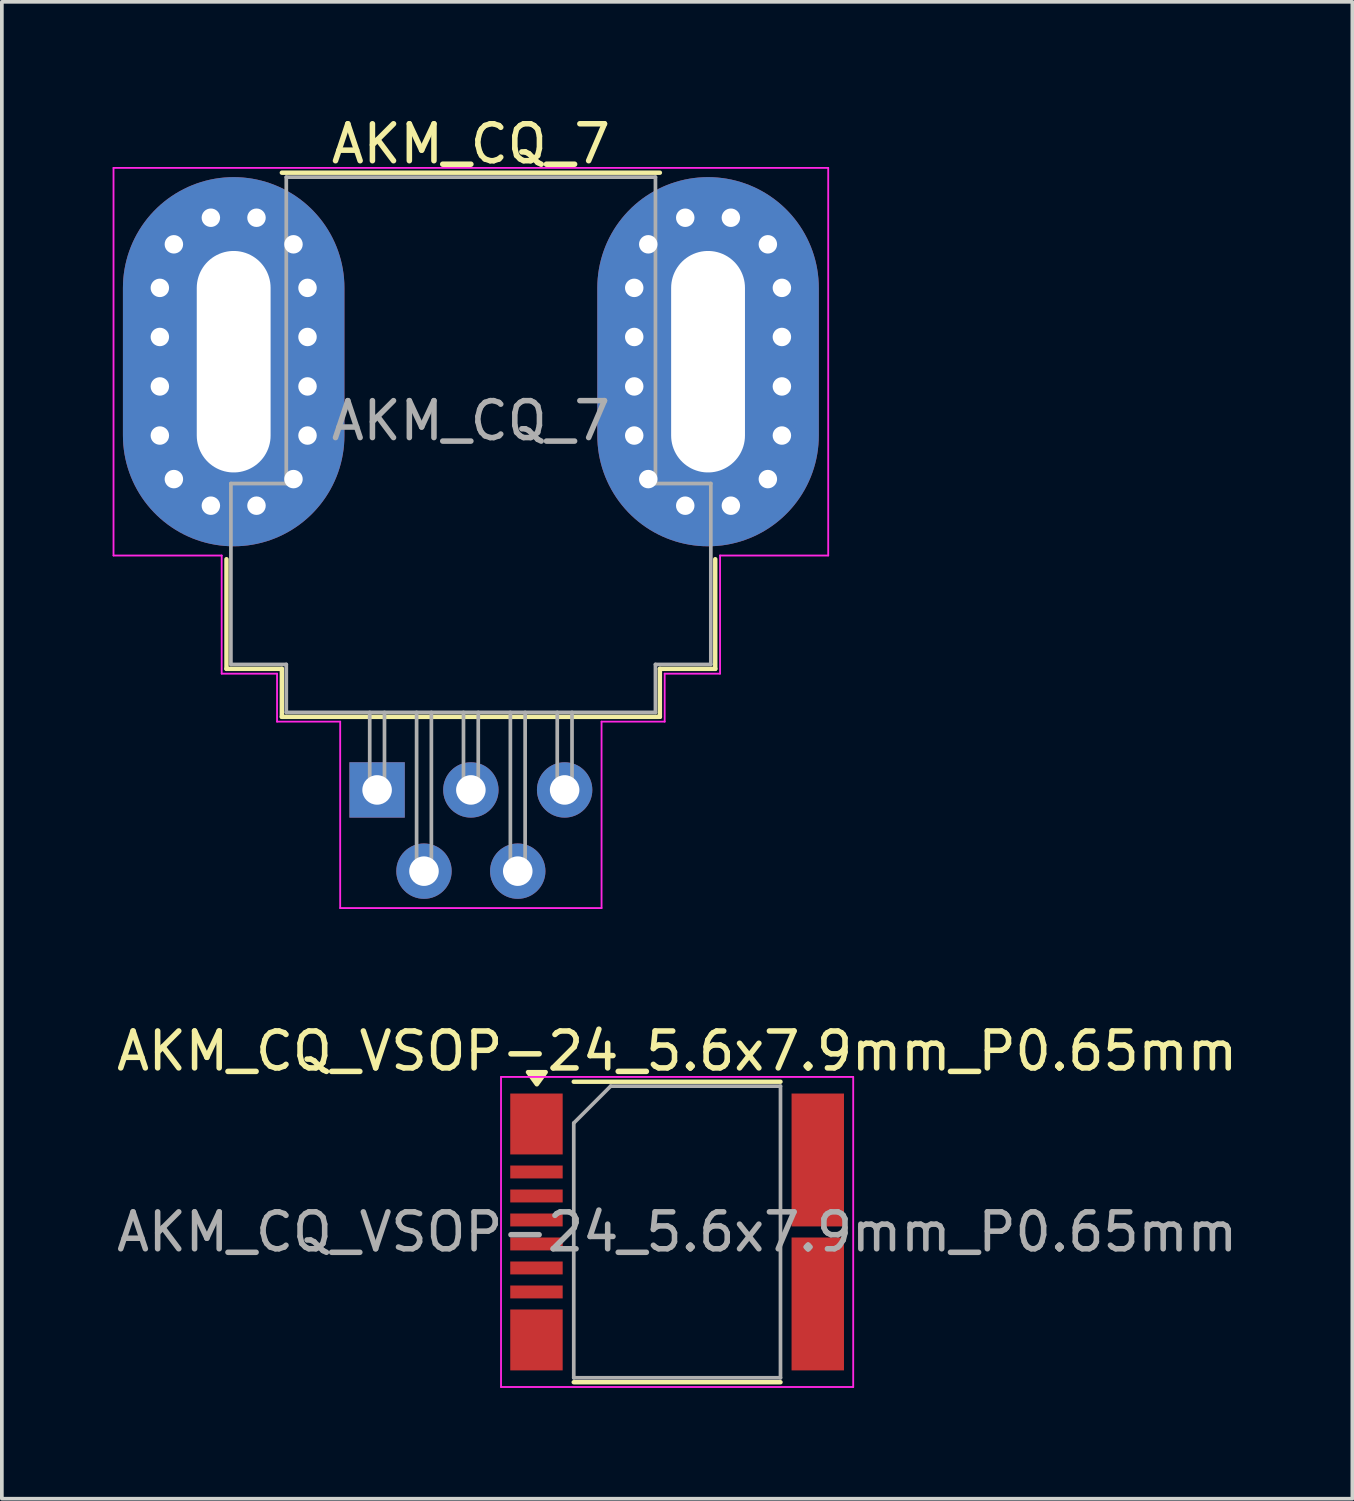
<source format=kicad_pcb>
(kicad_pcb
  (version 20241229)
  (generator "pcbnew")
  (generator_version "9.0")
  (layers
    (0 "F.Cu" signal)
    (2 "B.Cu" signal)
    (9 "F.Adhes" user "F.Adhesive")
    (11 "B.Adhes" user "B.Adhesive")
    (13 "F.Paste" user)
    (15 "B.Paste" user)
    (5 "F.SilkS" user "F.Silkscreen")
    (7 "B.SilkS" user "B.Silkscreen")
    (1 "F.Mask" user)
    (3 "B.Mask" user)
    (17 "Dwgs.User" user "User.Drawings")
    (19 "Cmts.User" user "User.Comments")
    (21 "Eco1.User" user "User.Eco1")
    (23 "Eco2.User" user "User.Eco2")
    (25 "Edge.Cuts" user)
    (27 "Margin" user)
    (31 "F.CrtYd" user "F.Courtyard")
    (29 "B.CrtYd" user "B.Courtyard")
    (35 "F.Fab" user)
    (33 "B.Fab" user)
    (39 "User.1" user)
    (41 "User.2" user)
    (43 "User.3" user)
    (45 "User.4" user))
  (footprint "AKM_CQ_VSOP-24_5.6x7.9mm_P0.65mm"
    (layer "F.Cu")
    (at 15.292 30.322)
    (property "Reference" "AKM_CQ_VSOP-24_5.6x7.9mm_P0.65mm" (at 0 -4.9 0) (layer "F.SilkS") (effects (font (size 1 1) (thickness 0.15))))
    (attr smd)
    (fp_line (start 2.8 -4.07) (end -2.8 -4.07) (stroke (width 0.12) (type solid)) (layer "F.SilkS"))
    (fp_line (start 2.8 4.07) (end -2.8 4.07) (stroke (width 0.12) (type solid)) (layer "F.SilkS"))
    (fp_poly (pts (xy -3.8 -4) (xy -4.04 -4.33) (xy -3.56 -4.33) (xy -3.8 -4)) (stroke (width 0.12) (type solid)) (fill yes) (layer "F.SilkS"))
    (fp_line (start -4.77 -4.2) (end 4.77 -4.2) (stroke (width 0.05) (type solid)) (layer "F.CrtYd"))
    (fp_line (start -4.77 4.2) (end -4.77 -4.2) (stroke (width 0.05) (type solid)) (layer "F.CrtYd"))
    (fp_line (start 4.77 -4.2) (end 4.77 4.2) (stroke (width 0.05) (type solid)) (layer "F.CrtYd"))
    (fp_line (start 4.77 4.2) (end -4.77 4.2) (stroke (width 0.05) (type solid)) (layer "F.CrtYd"))
    (fp_line (start -2.8 -2.95) (end -1.8 -3.95) (stroke (width 0.1) (type solid)) (layer "F.Fab"))
    (fp_line (start -2.8 3.95) (end -2.8 -2.95) (stroke (width 0.1) (type solid)) (layer "F.Fab"))
    (fp_line (start -1.8 -3.95) (end 2.8 -3.95) (stroke (width 0.1) (type solid)) (layer "F.Fab"))
    (fp_line (start 2.8 -3.95) (end 2.8 3.95) (stroke (width 0.1) (type solid)) (layer "F.Fab"))
    (fp_line (start 2.8 3.95) (end -2.8 3.95) (stroke (width 0.1) (type solid)) (layer "F.Fab"))
    (fp_text user "${REFERENCE}" (at 0 0 0) (layer "F.Fab") (effects (font (size 1 1) (thickness 0.15))))
    (pad "1" smd rect (at -3.81 -2.925) (size 1.42 1.65) (layers "F.Cu" "F.Mask" "F.Paste"))
    (pad "2" smd rect (at -3.81 -1.625) (size 1.42 0.35) (layers "F.Cu" "F.Mask" "F.Paste"))
    (pad "3" smd rect (at -3.81 -0.975) (size 1.42 0.35) (layers "F.Cu" "F.Mask" "F.Paste"))
    (pad "4" smd rect (at -3.81 -0.325) (size 1.42 0.35) (layers "F.Cu" "F.Mask" "F.Paste"))
    (pad "5" smd rect (at -3.81 0.325) (size 1.42 0.35) (layers "F.Cu" "F.Mask" "F.Paste"))
    (pad "6" smd rect (at -3.81 0.975) (size 1.42 0.35) (layers "F.Cu" "F.Mask" "F.Paste"))
    (pad "7" smd rect (at -3.81 1.625) (size 1.42 0.35) (layers "F.Cu" "F.Mask" "F.Paste"))
    (pad "8" smd rect (at -3.81 2.925) (size 1.42 1.65) (layers "F.Cu" "F.Mask" "F.Paste"))
    (pad "9" smd rect (at 3.81 1.95) (size 1.42 3.6) (layers "F.Cu" "F.Mask" "F.Paste"))
    (pad "10" smd rect (at 3.81 -1.95) (size 1.42 3.6) (layers "F.Cu" "F.Mask" "F.Paste")))
  (footprint "AKM_CQ_7"
    (layer "F.Cu")
    (at 7.165 18.348)
    (property "Reference" "AKM_CQ_7" (at 2.54 -17.5 0) (layer "F.SilkS") (effects (font (size 1 1) (thickness 0.15))))
    (attr through_hole)
    (fp_line (start -4.08 -6.25) (end -4.08 -3.28) (stroke (width 0.12) (type solid)) (layer "F.SilkS"))
    (fp_line (start -2.58 -3.28) (end -4.08 -3.28) (stroke (width 0.12) (type solid)) (layer "F.SilkS"))
    (fp_line (start -2.58 -3.28) (end -2.58 -1.98) (stroke (width 0.12) (type solid)) (layer "F.SilkS"))
    (fp_line (start -2.58 -1.98) (end 7.66 -1.98) (stroke (width 0.12) (type solid)) (layer "F.SilkS"))
    (fp_line (start 7.66 -16.72) (end -2.58 -16.72) (stroke (width 0.12) (type solid)) (layer "F.SilkS"))
    (fp_line (start 7.66 -3.28) (end 7.66 -1.98) (stroke (width 0.12) (type solid)) (layer "F.SilkS"))
    (fp_line (start 7.66 -3.28) (end 9.16 -3.28) (stroke (width 0.12) (type solid)) (layer "F.SilkS"))
    (fp_line (start 9.16 -6.25) (end 9.16 -3.28) (stroke (width 0.12) (type solid)) (layer "F.SilkS"))
    (fp_line (start -7.14 -16.85) (end -7.14 -6.35) (stroke (width 0.05) (type solid)) (layer "F.CrtYd"))
    (fp_line (start -4.21 -6.35) (end -7.14 -6.35) (stroke (width 0.05) (type solid)) (layer "F.CrtYd"))
    (fp_line (start -4.21 -3.15) (end -4.21 -6.35) (stroke (width 0.05) (type solid)) (layer "F.CrtYd"))
    (fp_line (start -2.71 -3.15) (end -4.21 -3.15) (stroke (width 0.05) (type solid)) (layer "F.CrtYd"))
    (fp_line (start -2.71 -1.85) (end -2.71 -3.15) (stroke (width 0.05) (type solid)) (layer "F.CrtYd"))
    (fp_line (start -1 -1.85) (end -2.71 -1.85) (stroke (width 0.05) (type solid)) (layer "F.CrtYd"))
    (fp_line (start -1 3.2) (end -1 -1.85) (stroke (width 0.05) (type solid)) (layer "F.CrtYd"))
    (fp_line (start -1 3.2) (end 6.08 3.2) (stroke (width 0.05) (type solid)) (layer "F.CrtYd"))
    (fp_line (start 6.08 -1.85) (end 7.79 -1.85) (stroke (width 0.05) (type solid)) (layer "F.CrtYd"))
    (fp_line (start 6.08 3.2) (end 6.08 -1.85) (stroke (width 0.05) (type solid)) (layer "F.CrtYd"))
    (fp_line (start 7.79 -3.15) (end 9.29 -3.15) (stroke (width 0.05) (type solid)) (layer "F.CrtYd"))
    (fp_line (start 7.79 -1.85) (end 7.79 -3.15) (stroke (width 0.05) (type solid)) (layer "F.CrtYd"))
    (fp_line (start 9.29 -6.35) (end 12.22 -6.35) (stroke (width 0.05) (type solid)) (layer "F.CrtYd"))
    (fp_line (start 9.29 -3.15) (end 9.29 -6.35) (stroke (width 0.05) (type solid)) (layer "F.CrtYd"))
    (fp_line (start 12.22 -16.85) (end -7.14 -16.85) (stroke (width 0.05) (type solid)) (layer "F.CrtYd"))
    (fp_line (start 12.22 -16.85) (end 12.22 -6.35) (stroke (width 0.05) (type solid)) (layer "F.CrtYd"))
    (fp_line (start -3.96 -8.3) (end -3.96 -3.4) (stroke (width 0.1) (type solid)) (layer "F.Fab"))
    (fp_line (start -2.46 -16.6) (end -2.46 -8.3) (stroke (width 0.1) (type solid)) (layer "F.Fab"))
    (fp_line (start -2.46 -8.3) (end -3.96 -8.3) (stroke (width 0.1) (type solid)) (layer "F.Fab"))
    (fp_line (start -2.46 -3.4) (end -3.96 -3.4) (stroke (width 0.1) (type solid)) (layer "F.Fab"))
    (fp_line (start -2.46 -3.4) (end -2.46 -2.1) (stroke (width 0.1) (type solid)) (layer "F.Fab"))
    (fp_line (start -2.46 -2.1) (end 7.54 -2.1) (stroke (width 0.1) (type solid)) (layer "F.Fab"))
    (fp_line (start -0.2 -2.1) (end -0.2 0) (stroke (width 0.1) (type solid)) (layer "F.Fab"))
    (fp_line (start -0.2 0) (end 0.2 0) (stroke (width 0.1) (type solid)) (layer "F.Fab"))
    (fp_line (start 0.2 0) (end 0.2 -2.1) (stroke (width 0.1) (type solid)) (layer "F.Fab"))
    (fp_line (start 1.07 -2.1) (end 1.07 2.2) (stroke (width 0.1) (type solid)) (layer "F.Fab"))
    (fp_line (start 1.07 2.2) (end 1.47 2.2) (stroke (width 0.1) (type solid)) (layer "F.Fab"))
    (fp_line (start 1.47 2.2) (end 1.47 -2.1) (stroke (width 0.1) (type solid)) (layer "F.Fab"))
    (fp_line (start 2.34 -2.1) (end 2.34 0) (stroke (width 0.1) (type solid)) (layer "F.Fab"))
    (fp_line (start 2.34 0) (end 2.74 0) (stroke (width 0.1) (type solid)) (layer "F.Fab"))
    (fp_line (start 2.74 0) (end 2.74 -2.1) (stroke (width 0.1) (type solid)) (layer "F.Fab"))
    (fp_line (start 3.61 -2.1) (end 3.61 2.2) (stroke (width 0.1) (type solid)) (layer "F.Fab"))
    (fp_line (start 3.61 2.2) (end 4.01 2.2) (stroke (width 0.1) (type solid)) (layer "F.Fab"))
    (fp_line (start 4.01 2.2) (end 4.01 -2.1) (stroke (width 0.1) (type solid)) (layer "F.Fab"))
    (fp_line (start 4.88 -2.1) (end 4.88 0) (stroke (width 0.1) (type solid)) (layer "F.Fab"))
    (fp_line (start 4.88 0) (end 5.28 0) (stroke (width 0.1) (type solid)) (layer "F.Fab"))
    (fp_line (start 5.28 0) (end 5.28 -2.1) (stroke (width 0.1) (type solid)) (layer "F.Fab"))
    (fp_line (start 7.54 -16.6) (end -2.46 -16.6) (stroke (width 0.1) (type solid)) (layer "F.Fab"))
    (fp_line (start 7.54 -16.6) (end 7.54 -8.3) (stroke (width 0.1) (type solid)) (layer "F.Fab"))
    (fp_line (start 7.54 -8.3) (end 9.04 -8.3) (stroke (width 0.1) (type solid)) (layer "F.Fab"))
    (fp_line (start 7.54 -3.4) (end 7.54 -2.1) (stroke (width 0.1) (type solid)) (layer "F.Fab"))
    (fp_line (start 7.54 -3.4) (end 9.04 -3.4) (stroke (width 0.1) (type solid)) (layer "F.Fab"))
    (fp_line (start 9.04 -8.3) (end 9.04 -3.4) (stroke (width 0.1) (type solid)) (layer "F.Fab"))
    (fp_text user "${REFERENCE}" (at 2.54 -10 0) (layer "F.Fab") (effects (font (size 1 1) (thickness 0.15))))
    (pad "1" thru_hole rect (at 0 0) (size 1.5 1.5) (drill 0.8) (layers "*.Cu" "*.Mask"))
    (pad "2" thru_hole circle (at 1.27 2.2) (size 1.5 1.5) (drill 0.8) (layers "*.Cu" "*.Mask"))
    (pad "3" thru_hole circle (at 2.54 0) (size 1.5 1.5) (drill 0.8) (layers "*.Cu" "*.Mask"))
    (pad "4" thru_hole circle (at 3.81 2.2) (size 1.5 1.5) (drill 0.8) (layers "*.Cu" "*.Mask"))
    (pad "5" thru_hole circle (at 5.08 0) (size 1.5 1.5) (drill 0.8) (layers "*.Cu" "*.Mask"))
    (pad "6" thru_hole circle (at 6.965 -13.6) (size 0.8 0.8) (drill 0.5) (layers "*.Cu" "*.Mask"))
    (pad "6" thru_hole circle (at 6.965 -12.27) (size 0.8 0.8) (drill 0.5) (layers "*.Cu" "*.Mask"))
    (pad "6" thru_hole circle (at 6.965 -10.93) (size 0.8 0.8) (drill 0.5) (layers "*.Cu" "*.Mask"))
    (pad "6" thru_hole circle (at 6.965 -9.6) (size 0.8 0.8) (drill 0.5) (layers "*.Cu" "*.Mask"))
    (pad "6" thru_hole circle (at 7.345 -14.78) (size 0.8 0.8) (drill 0.5) (layers "*.Cu" "*.Mask"))
    (pad "6" thru_hole circle (at 7.345 -8.42) (size 0.8 0.8) (drill 0.5) (layers "*.Cu" "*.Mask"))
    (pad "6" thru_hole circle (at 8.347 -15.5) (size 0.8 0.8) (drill 0.5) (layers "*.Cu" "*.Mask"))
    (pad "6" thru_hole circle (at 8.347 -7.7) (size 0.8 0.8) (drill 0.5) (layers "*.Cu" "*.Mask"))
    (pad "6" thru_hole oval (at 8.965 -11.6) (size 6 10) (drill oval 2 6) (layers "*.Cu" "*.Mask"))
    (pad "6" thru_hole circle (at 9.583 -15.5) (size 0.8 0.8) (drill 0.5) (layers "*.Cu" "*.Mask"))
    (pad "6" thru_hole circle (at 9.583 -7.7) (size 0.8 0.8) (drill 0.5) (layers "*.Cu" "*.Mask"))
    (pad "6" thru_hole circle (at 10.585 -14.78) (size 0.8 0.8) (drill 0.5) (layers "*.Cu" "*.Mask"))
    (pad "6" thru_hole circle (at 10.585 -8.42) (size 0.8 0.8) (drill 0.5) (layers "*.Cu" "*.Mask"))
    (pad "6" thru_hole circle (at 10.965 -13.6) (size 0.8 0.8) (drill 0.5) (layers "*.Cu" "*.Mask"))
    (pad "6" thru_hole circle (at 10.965 -12.27) (size 0.8 0.8) (drill 0.5) (layers "*.Cu" "*.Mask"))
    (pad "6" thru_hole circle (at 10.965 -10.93) (size 0.8 0.8) (drill 0.5) (layers "*.Cu" "*.Mask"))
    (pad "6" thru_hole circle (at 10.965 -9.6) (size 0.8 0.8) (drill 0.5) (layers "*.Cu" "*.Mask"))
    (pad "7" thru_hole circle (at -5.885 -13.6) (size 0.8 0.8) (drill 0.5) (layers "*.Cu" "*.Mask"))
    (pad "7" thru_hole circle (at -5.885 -12.27) (size 0.8 0.8) (drill 0.5) (layers "*.Cu" "*.Mask"))
    (pad "7" thru_hole circle (at -5.885 -10.93) (size 0.8 0.8) (drill 0.5) (layers "*.Cu" "*.Mask"))
    (pad "7" thru_hole circle (at -5.885 -9.6) (size 0.8 0.8) (drill 0.5) (layers "*.Cu" "*.Mask"))
    (pad "7" thru_hole circle (at -5.505 -14.78) (size 0.8 0.8) (drill 0.5) (layers "*.Cu" "*.Mask"))
    (pad "7" thru_hole circle (at -5.505 -8.42) (size 0.8 0.8) (drill 0.5) (layers "*.Cu" "*.Mask"))
    (pad "7" thru_hole circle (at -4.503 -15.5) (size 0.8 0.8) (drill 0.5) (layers "*.Cu" "*.Mask"))
    (pad "7" thru_hole circle (at -4.503 -7.7) (size 0.8 0.8) (drill 0.5) (layers "*.Cu" "*.Mask"))
    (pad "7" thru_hole oval (at -3.885 -11.6) (size 6 10) (drill oval 2 6) (layers "*.Cu" "*.Mask"))
    (pad "7" thru_hole circle (at -3.267 -15.5) (size 0.8 0.8) (drill 0.5) (layers "*.Cu" "*.Mask"))
    (pad "7" thru_hole circle (at -3.267 -7.7) (size 0.8 0.8) (drill 0.5) (layers "*.Cu" "*.Mask"))
    (pad "7" thru_hole circle (at -2.265 -14.78) (size 0.8 0.8) (drill 0.5) (layers "*.Cu" "*.Mask"))
    (pad "7" thru_hole circle (at -2.265 -8.42) (size 0.8 0.8) (drill 0.5) (layers "*.Cu" "*.Mask"))
    (pad "7" thru_hole circle (at -1.885 -13.6) (size 0.8 0.8) (drill 0.5) (layers "*.Cu" "*.Mask"))
    (pad "7" thru_hole circle (at -1.885 -12.27) (size 0.8 0.8) (drill 0.5) (layers "*.Cu" "*.Mask"))
    (pad "7" thru_hole circle (at -1.885 -10.93) (size 0.8 0.8) (drill 0.5) (layers "*.Cu" "*.Mask"))
    (pad "7" thru_hole circle (at -1.885 -9.6) (size 0.8 0.8) (drill 0.5) (layers "*.Cu" "*.Mask")))
  (gr_rect
    (start -3 -3)
    (end 33.583 37.547)
    (stroke (width 0.1) (type default))
    (fill no)
    (layer "Edge.Cuts")))
</source>
